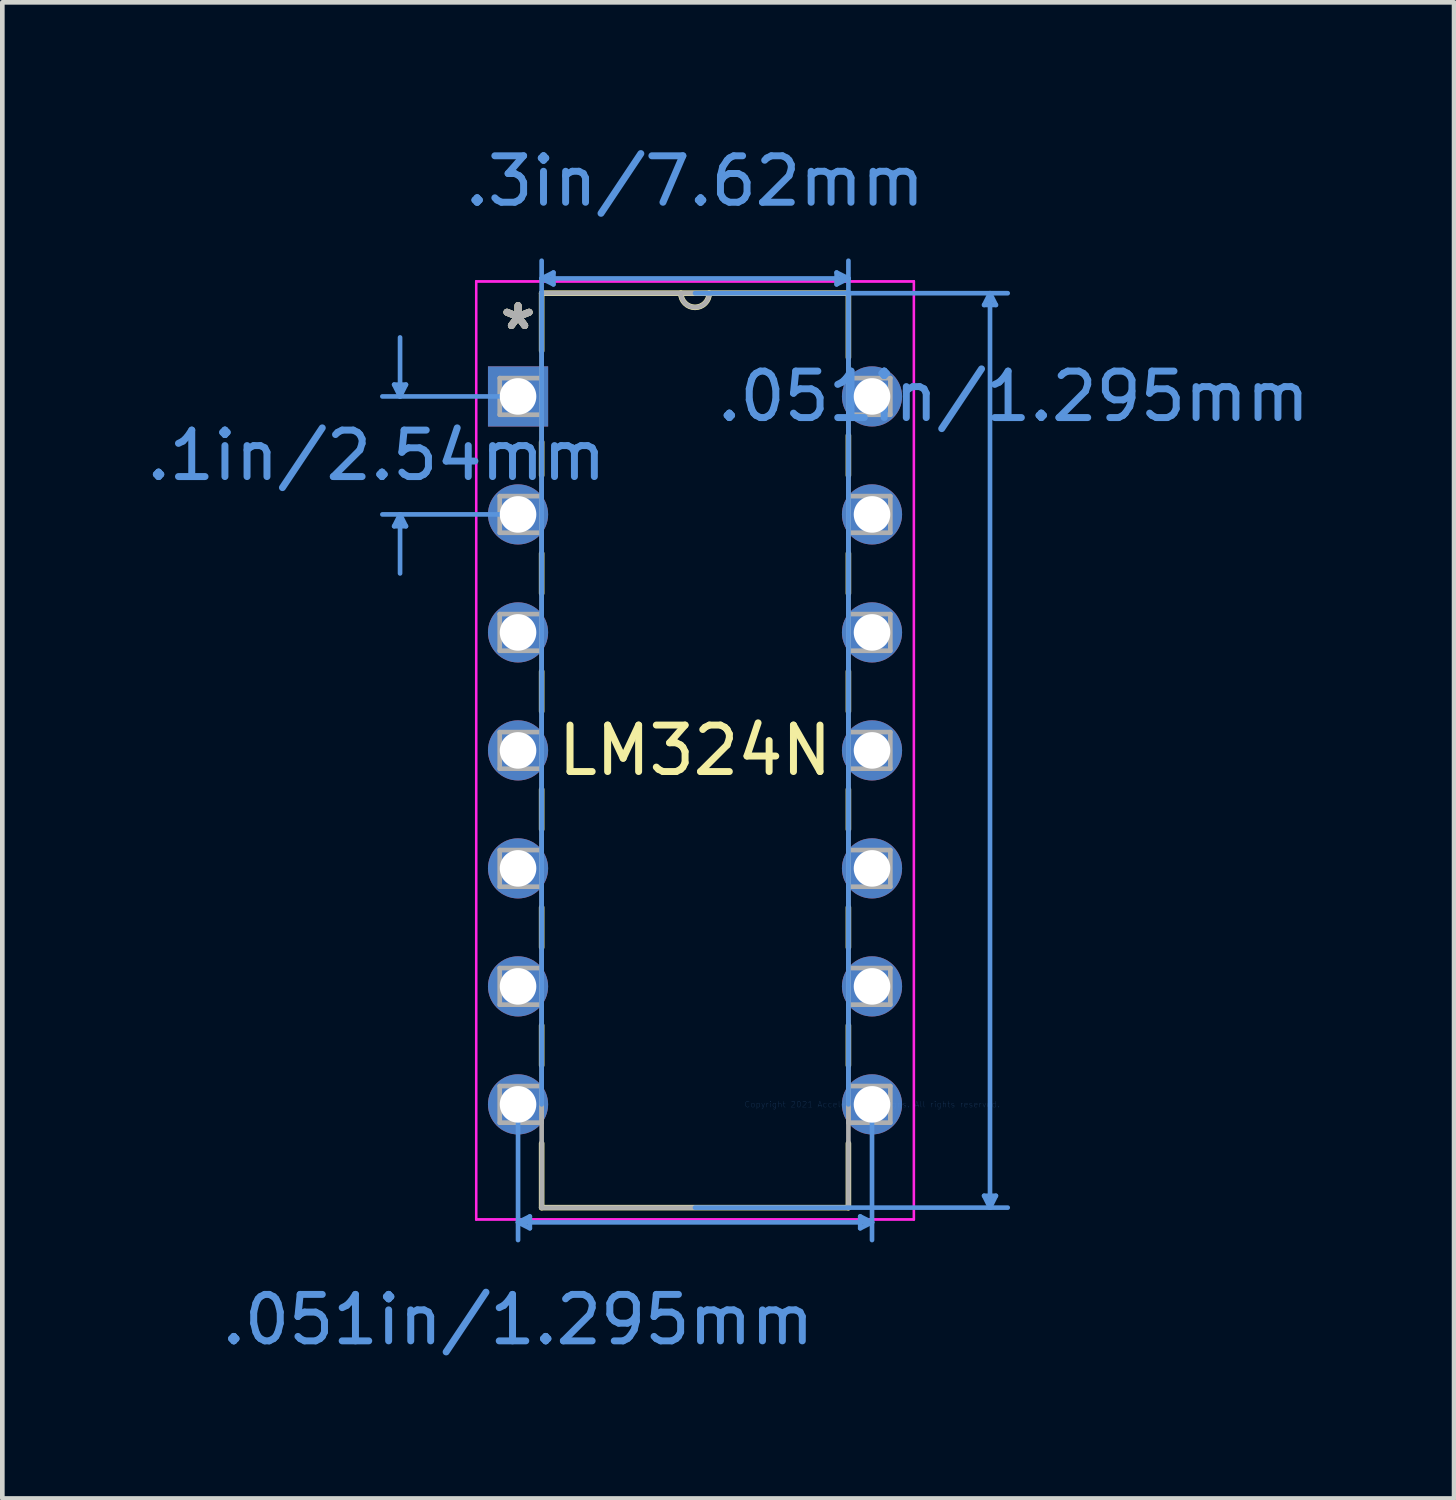
<source format=kicad_pcb>
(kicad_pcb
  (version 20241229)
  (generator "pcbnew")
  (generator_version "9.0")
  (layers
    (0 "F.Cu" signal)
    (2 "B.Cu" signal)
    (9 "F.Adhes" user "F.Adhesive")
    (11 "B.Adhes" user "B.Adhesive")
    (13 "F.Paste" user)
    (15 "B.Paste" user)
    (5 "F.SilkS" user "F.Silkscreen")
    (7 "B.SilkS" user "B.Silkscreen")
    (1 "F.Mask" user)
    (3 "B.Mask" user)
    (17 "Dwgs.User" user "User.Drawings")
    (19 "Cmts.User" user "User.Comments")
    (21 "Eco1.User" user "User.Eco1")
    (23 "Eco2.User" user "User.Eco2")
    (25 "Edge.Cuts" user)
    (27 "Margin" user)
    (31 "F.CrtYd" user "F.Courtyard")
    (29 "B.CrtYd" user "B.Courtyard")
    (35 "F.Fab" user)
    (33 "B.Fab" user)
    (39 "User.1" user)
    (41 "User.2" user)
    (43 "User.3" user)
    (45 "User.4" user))
  (footprint "LM324N"
    (layer "F.Cu")
    (at 15.722 20.724)
    (property "Reference" "LM324N" (at -3.81 -7.62 0) (layer "F.SilkS") (effects (font (size 1 1) (thickness 0.15))))
    (attr through_hole)
    (fp_line (start -7.112 -17.462) (end -7.112 -16.22) (stroke (width 0.12) (type solid)) (layer "F.SilkS"))
    (fp_line (start -7.112 -14.26) (end -7.112 -13.539) (stroke (width 0.12) (type solid)) (layer "F.SilkS"))
    (fp_line (start -7.112 -11.861) (end -7.112 -10.999) (stroke (width 0.12) (type solid)) (layer "F.SilkS"))
    (fp_line (start -7.112 -9.321) (end -7.112 -8.459) (stroke (width 0.12) (type solid)) (layer "F.SilkS"))
    (fp_line (start -7.112 -6.781) (end -7.112 -5.919) (stroke (width 0.12) (type solid)) (layer "F.SilkS"))
    (fp_line (start -7.112 -4.241) (end -7.112 -3.379) (stroke (width 0.12) (type solid)) (layer "F.SilkS"))
    (fp_line (start -7.112 -1.701) (end -7.112 -0.839) (stroke (width 0.12) (type solid)) (layer "F.SilkS"))
    (fp_line (start -7.112 0.839) (end -7.112 2.223) (stroke (width 0.12) (type solid)) (layer "F.SilkS"))
    (fp_line (start -7.112 2.223) (end -0.508 2.223) (stroke (width 0.12) (type solid)) (layer "F.SilkS"))
    (fp_line (start -0.508 -17.462) (end -7.112 -17.462) (stroke (width 0.12) (type solid)) (layer "F.SilkS"))
    (fp_line (start -0.508 -16.079) (end -0.508 -17.462) (stroke (width 0.12) (type solid)) (layer "F.SilkS"))
    (fp_line (start -0.508 -13.539) (end -0.508 -14.401) (stroke (width 0.12) (type solid)) (layer "F.SilkS"))
    (fp_line (start -0.508 -10.999) (end -0.508 -11.861) (stroke (width 0.12) (type solid)) (layer "F.SilkS"))
    (fp_line (start -0.508 -8.459) (end -0.508 -9.321) (stroke (width 0.12) (type solid)) (layer "F.SilkS"))
    (fp_line (start -0.508 -5.919) (end -0.508 -6.781) (stroke (width 0.12) (type solid)) (layer "F.SilkS"))
    (fp_line (start -0.508 -3.379) (end -0.508 -4.241) (stroke (width 0.12) (type solid)) (layer "F.SilkS"))
    (fp_line (start -0.508 -0.839) (end -0.508 -1.701) (stroke (width 0.12) (type solid)) (layer "F.SilkS"))
    (fp_line (start -0.508 2.223) (end -0.508 0.839) (stroke (width 0.12) (type solid)) (layer "F.SilkS"))
    (fp_arc (start -3.5052 -17.4625) (mid -3.81 -17.1577) (end -4.1148 -17.4625) (stroke (width 0.12) (type solid)) (layer "F.SilkS"))
    (fp_line (start -10.287 -15.494) (end -10.033 -15.494) (stroke (width 0.1) (type solid)) (layer "Cmts.User"))
    (fp_line (start -10.287 -12.446) (end -10.033 -12.446) (stroke (width 0.1) (type solid)) (layer "Cmts.User"))
    (fp_line (start -10.16 -15.24) (end -10.287 -15.494) (stroke (width 0.1) (type solid)) (layer "Cmts.User"))
    (fp_line (start -10.16 -15.24) (end -10.16 -16.51) (stroke (width 0.1) (type solid)) (layer "Cmts.User"))
    (fp_line (start -10.16 -15.24) (end -10.033 -15.494) (stroke (width 0.1) (type solid)) (layer "Cmts.User"))
    (fp_line (start -10.16 -12.7) (end -10.287 -12.446) (stroke (width 0.1) (type solid)) (layer "Cmts.User"))
    (fp_line (start -10.16 -12.7) (end -10.16 -11.43) (stroke (width 0.1) (type solid)) (layer "Cmts.User"))
    (fp_line (start -10.16 -12.7) (end -10.033 -12.446) (stroke (width 0.1) (type solid)) (layer "Cmts.User"))
    (fp_line (start -7.62 -15.24) (end -10.541 -15.24) (stroke (width 0.1) (type solid)) (layer "Cmts.User"))
    (fp_line (start -7.62 -12.7) (end -10.541 -12.7) (stroke (width 0.1) (type solid)) (layer "Cmts.User"))
    (fp_line (start -7.62 0) (end -7.62 2.921) (stroke (width 0.1) (type solid)) (layer "Cmts.User"))
    (fp_line (start -7.62 2.54) (end -7.366 2.413) (stroke (width 0.1) (type solid)) (layer "Cmts.User"))
    (fp_line (start -7.62 2.54) (end -7.366 2.667) (stroke (width 0.1) (type solid)) (layer "Cmts.User"))
    (fp_line (start -7.62 2.54) (end 0 2.54) (stroke (width 0.1) (type solid)) (layer "Cmts.User"))
    (fp_line (start -7.366 2.413) (end -7.366 2.667) (stroke (width 0.1) (type solid)) (layer "Cmts.User"))
    (fp_line (start -7.112 -17.78) (end -6.858 -17.907) (stroke (width 0.1) (type solid)) (layer "Cmts.User"))
    (fp_line (start -7.112 -17.78) (end -6.858 -17.653) (stroke (width 0.1) (type solid)) (layer "Cmts.User"))
    (fp_line (start -7.112 -17.78) (end -0.508 -17.78) (stroke (width 0.1) (type solid)) (layer "Cmts.User"))
    (fp_line (start -7.112 0) (end -7.112 -18.161) (stroke (width 0.1) (type solid)) (layer "Cmts.User"))
    (fp_line (start -6.858 -17.907) (end -6.858 -17.653) (stroke (width 0.1) (type solid)) (layer "Cmts.User"))
    (fp_line (start -3.81 -17.462) (end 2.921 -17.462) (stroke (width 0.1) (type solid)) (layer "Cmts.User"))
    (fp_line (start -3.81 2.223) (end 2.921 2.223) (stroke (width 0.1) (type solid)) (layer "Cmts.User"))
    (fp_line (start -0.762 -17.907) (end -0.762 -17.653) (stroke (width 0.1) (type solid)) (layer "Cmts.User"))
    (fp_line (start -0.508 -17.78) (end -0.762 -17.907) (stroke (width 0.1) (type solid)) (layer "Cmts.User"))
    (fp_line (start -0.508 -17.78) (end -0.762 -17.653) (stroke (width 0.1) (type solid)) (layer "Cmts.User"))
    (fp_line (start -0.508 0) (end -0.508 -18.161) (stroke (width 0.1) (type solid)) (layer "Cmts.User"))
    (fp_line (start -0.254 2.413) (end -0.254 2.667) (stroke (width 0.1) (type solid)) (layer "Cmts.User"))
    (fp_line (start 0 0) (end 0 2.921) (stroke (width 0.1) (type solid)) (layer "Cmts.User"))
    (fp_line (start 0 2.54) (end -0.254 2.413) (stroke (width 0.1) (type solid)) (layer "Cmts.User"))
    (fp_line (start 0 2.54) (end -0.254 2.667) (stroke (width 0.1) (type solid)) (layer "Cmts.User"))
    (fp_line (start 2.413 -17.209) (end 2.667 -17.209) (stroke (width 0.1) (type solid)) (layer "Cmts.User"))
    (fp_line (start 2.413 1.968) (end 2.667 1.968) (stroke (width 0.1) (type solid)) (layer "Cmts.User"))
    (fp_line (start 2.54 -17.462) (end 2.413 -17.209) (stroke (width 0.1) (type solid)) (layer "Cmts.User"))
    (fp_line (start 2.54 -17.462) (end 2.54 2.223) (stroke (width 0.1) (type solid)) (layer "Cmts.User"))
    (fp_line (start 2.54 -17.462) (end 2.667 -17.209) (stroke (width 0.1) (type solid)) (layer "Cmts.User"))
    (fp_line (start 2.54 2.223) (end 2.413 1.968) (stroke (width 0.1) (type solid)) (layer "Cmts.User"))
    (fp_line (start 2.54 2.223) (end 2.667 1.968) (stroke (width 0.1) (type solid)) (layer "Cmts.User"))
    (fp_line (start -8.522 -17.716) (end -8.522 2.477) (stroke (width 0.05) (type solid)) (layer "F.CrtYd"))
    (fp_line (start -8.522 -17.716) (end 0.902 -17.716) (stroke (width 0.05) (type solid)) (layer "F.CrtYd"))
    (fp_line (start -8.522 2.477) (end -8.522 -17.716) (stroke (width 0.05) (type solid)) (layer "F.CrtYd"))
    (fp_line (start -8.522 2.477) (end 0.902 2.477) (stroke (width 0.05) (type solid)) (layer "F.CrtYd"))
    (fp_line (start 0.902 -17.716) (end -8.522 -17.716) (stroke (width 0.05) (type solid)) (layer "F.CrtYd"))
    (fp_line (start 0.902 -17.716) (end 0.902 2.477) (stroke (width 0.05) (type solid)) (layer "F.CrtYd"))
    (fp_line (start 0.902 2.477) (end -8.522 2.477) (stroke (width 0.05) (type solid)) (layer "F.CrtYd"))
    (fp_line (start 0.902 2.477) (end 0.902 -17.716) (stroke (width 0.05) (type solid)) (layer "F.CrtYd"))
    (fp_line (start -8.014 -15.634) (end -8.014 -14.846) (stroke (width 0.1) (type solid)) (layer "F.Fab"))
    (fp_line (start -8.014 -14.846) (end -7.112 -14.846) (stroke (width 0.1) (type solid)) (layer "F.Fab"))
    (fp_line (start -8.014 -13.094) (end -8.014 -12.306) (stroke (width 0.1) (type solid)) (layer "F.Fab"))
    (fp_line (start -8.014 -12.306) (end -7.112 -12.306) (stroke (width 0.1) (type solid)) (layer "F.Fab"))
    (fp_line (start -8.014 -10.554) (end -8.014 -9.766) (stroke (width 0.1) (type solid)) (layer "F.Fab"))
    (fp_line (start -8.014 -9.766) (end -7.112 -9.766) (stroke (width 0.1) (type solid)) (layer "F.Fab"))
    (fp_line (start -8.014 -8.014) (end -8.014 -7.226) (stroke (width 0.1) (type solid)) (layer "F.Fab"))
    (fp_line (start -8.014 -7.226) (end -7.112 -7.226) (stroke (width 0.1) (type solid)) (layer "F.Fab"))
    (fp_line (start -8.014 -5.474) (end -8.014 -4.686) (stroke (width 0.1) (type solid)) (layer "F.Fab"))
    (fp_line (start -8.014 -4.686) (end -7.112 -4.686) (stroke (width 0.1) (type solid)) (layer "F.Fab"))
    (fp_line (start -8.014 -2.934) (end -8.014 -2.146) (stroke (width 0.1) (type solid)) (layer "F.Fab"))
    (fp_line (start -8.014 -2.146) (end -7.112 -2.146) (stroke (width 0.1) (type solid)) (layer "F.Fab"))
    (fp_line (start -8.014 -0.394) (end -8.014 0.394) (stroke (width 0.1) (type solid)) (layer "F.Fab"))
    (fp_line (start -8.014 0.394) (end -7.112 0.394) (stroke (width 0.1) (type solid)) (layer "F.Fab"))
    (fp_line (start -7.112 -17.462) (end -7.112 2.223) (stroke (width 0.1) (type solid)) (layer "F.Fab"))
    (fp_line (start -7.112 -15.634) (end -8.014 -15.634) (stroke (width 0.1) (type solid)) (layer "F.Fab"))
    (fp_line (start -7.112 -14.846) (end -7.112 -15.634) (stroke (width 0.1) (type solid)) (layer "F.Fab"))
    (fp_line (start -7.112 -13.094) (end -8.014 -13.094) (stroke (width 0.1) (type solid)) (layer "F.Fab"))
    (fp_line (start -7.112 -12.306) (end -7.112 -13.094) (stroke (width 0.1) (type solid)) (layer "F.Fab"))
    (fp_line (start -7.112 -10.554) (end -8.014 -10.554) (stroke (width 0.1) (type solid)) (layer "F.Fab"))
    (fp_line (start -7.112 -9.766) (end -7.112 -10.554) (stroke (width 0.1) (type solid)) (layer "F.Fab"))
    (fp_line (start -7.112 -8.014) (end -8.014 -8.014) (stroke (width 0.1) (type solid)) (layer "F.Fab"))
    (fp_line (start -7.112 -7.226) (end -7.112 -8.014) (stroke (width 0.1) (type solid)) (layer "F.Fab"))
    (fp_line (start -7.112 -5.474) (end -8.014 -5.474) (stroke (width 0.1) (type solid)) (layer "F.Fab"))
    (fp_line (start -7.112 -4.686) (end -7.112 -5.474) (stroke (width 0.1) (type solid)) (layer "F.Fab"))
    (fp_line (start -7.112 -2.934) (end -8.014 -2.934) (stroke (width 0.1) (type solid)) (layer "F.Fab"))
    (fp_line (start -7.112 -2.146) (end -7.112 -2.934) (stroke (width 0.1) (type solid)) (layer "F.Fab"))
    (fp_line (start -7.112 -0.394) (end -8.014 -0.394) (stroke (width 0.1) (type solid)) (layer "F.Fab"))
    (fp_line (start -7.112 0.394) (end -7.112 -0.394) (stroke (width 0.1) (type solid)) (layer "F.Fab"))
    (fp_line (start -7.112 2.223) (end -0.508 2.223) (stroke (width 0.1) (type solid)) (layer "F.Fab"))
    (fp_line (start -0.508 -17.462) (end -7.112 -17.462) (stroke (width 0.1) (type solid)) (layer "F.Fab"))
    (fp_line (start -0.508 -15.634) (end -0.508 -14.846) (stroke (width 0.1) (type solid)) (layer "F.Fab"))
    (fp_line (start -0.508 -14.846) (end 0.394 -14.846) (stroke (width 0.1) (type solid)) (layer "F.Fab"))
    (fp_line (start -0.508 -13.094) (end -0.508 -12.306) (stroke (width 0.1) (type solid)) (layer "F.Fab"))
    (fp_line (start -0.508 -12.306) (end 0.394 -12.306) (stroke (width 0.1) (type solid)) (layer "F.Fab"))
    (fp_line (start -0.508 -10.554) (end -0.508 -9.766) (stroke (width 0.1) (type solid)) (layer "F.Fab"))
    (fp_line (start -0.508 -9.766) (end 0.394 -9.766) (stroke (width 0.1) (type solid)) (layer "F.Fab"))
    (fp_line (start -0.508 -8.014) (end -0.508 -7.226) (stroke (width 0.1) (type solid)) (layer "F.Fab"))
    (fp_line (start -0.508 -7.226) (end 0.394 -7.226) (stroke (width 0.1) (type solid)) (layer "F.Fab"))
    (fp_line (start -0.508 -5.474) (end -0.508 -4.686) (stroke (width 0.1) (type solid)) (layer "F.Fab"))
    (fp_line (start -0.508 -4.686) (end 0.394 -4.686) (stroke (width 0.1) (type solid)) (layer "F.Fab"))
    (fp_line (start -0.508 -2.934) (end -0.508 -2.146) (stroke (width 0.1) (type solid)) (layer "F.Fab"))
    (fp_line (start -0.508 -2.146) (end 0.394 -2.146) (stroke (width 0.1) (type solid)) (layer "F.Fab"))
    (fp_line (start -0.508 -0.394) (end -0.508 0.394) (stroke (width 0.1) (type solid)) (layer "F.Fab"))
    (fp_line (start -0.508 0.394) (end 0.394 0.394) (stroke (width 0.1) (type solid)) (layer "F.Fab"))
    (fp_line (start -0.508 2.223) (end -0.508 -17.462) (stroke (width 0.1) (type solid)) (layer "F.Fab"))
    (fp_line (start 0.394 -15.634) (end -0.508 -15.634) (stroke (width 0.1) (type solid)) (layer "F.Fab"))
    (fp_line (start 0.394 -14.846) (end 0.394 -15.634) (stroke (width 0.1) (type solid)) (layer "F.Fab"))
    (fp_line (start 0.394 -13.094) (end -0.508 -13.094) (stroke (width 0.1) (type solid)) (layer "F.Fab"))
    (fp_line (start 0.394 -12.306) (end 0.394 -13.094) (stroke (width 0.1) (type solid)) (layer "F.Fab"))
    (fp_line (start 0.394 -10.554) (end -0.508 -10.554) (stroke (width 0.1) (type solid)) (layer "F.Fab"))
    (fp_line (start 0.394 -9.766) (end 0.394 -10.554) (stroke (width 0.1) (type solid)) (layer "F.Fab"))
    (fp_line (start 0.394 -8.014) (end -0.508 -8.014) (stroke (width 0.1) (type solid)) (layer "F.Fab"))
    (fp_line (start 0.394 -7.226) (end 0.394 -8.014) (stroke (width 0.1) (type solid)) (layer "F.Fab"))
    (fp_line (start 0.394 -5.474) (end -0.508 -5.474) (stroke (width 0.1) (type solid)) (layer "F.Fab"))
    (fp_line (start 0.394 -4.686) (end 0.394 -5.474) (stroke (width 0.1) (type solid)) (layer "F.Fab"))
    (fp_line (start 0.394 -2.934) (end -0.508 -2.934) (stroke (width 0.1) (type solid)) (layer "F.Fab"))
    (fp_line (start 0.394 -2.146) (end 0.394 -2.934) (stroke (width 0.1) (type solid)) (layer "F.Fab"))
    (fp_line (start 0.394 -0.394) (end -0.508 -0.394) (stroke (width 0.1) (type solid)) (layer "F.Fab"))
    (fp_line (start 0.394 0.394) (end 0.394 -0.394) (stroke (width 0.1) (type solid)) (layer "F.Fab"))
    (fp_arc (start -3.5052 -17.4625) (mid -3.81 -17.1577) (end -4.1148 -17.4625) (stroke (width 0.1) (type solid)) (layer "F.Fab"))
    (fp_text user "*" (at -7.62 -16.65 0) (layer "F.SilkS") (effects (font (size 1 1) (thickness 0.15))))
    (fp_text user "*" (at -7.62 -16.65 0) (layer "F.SilkS") (effects (font (size 1 1) (thickness 0.15))))
    (fp_text user ".051in/1.295mm" (at 3.048 -15.24 0) (layer "Cmts.User") (effects (font (size 1 1) (thickness 0.15))))
    (fp_text user "Copyright 2021 Accelerated Designs. All rights reserved." (at 0 0 0) (layer "Cmts.User") (effects (font (size 0.127 0.127) (thickness 0.002))))
    (fp_text user ".3in/7.62mm" (at -3.81 -19.875 0) (layer "Cmts.User") (effects (font (size 1 1) (thickness 0.15))))
    (fp_text user ".1in/2.54mm" (at -10.668 -13.97 0) (layer "Cmts.User") (effects (font (size 1 1) (thickness 0.15))))
    (fp_text user ".051in/1.295mm" (at -7.62 4.636 0) (layer "Cmts.User") (effects (font (size 1 1) (thickness 0.15))))
    (fp_text user "*" (at -7.62 -16.65 0) (layer "F.Fab") (effects (font (size 1 1) (thickness 0.15))))
    (fp_text user "*" (at -7.62 -16.65 0) (layer "F.Fab") (effects (font (size 1 1) (thickness 0.15))))
    (pad "1" thru_hole rect (at -7.62 -15.24) (size 1.295 1.295) (drill 0.787) (layers "*.Cu" "*.Mask"))
    (pad "2" thru_hole circle (at -7.62 -12.7) (size 1.295 1.295) (drill 0.787) (layers "*.Cu" "*.Mask"))
    (pad "3" thru_hole circle (at -7.62 -10.16) (size 1.295 1.295) (drill 0.787) (layers "*.Cu" "*.Mask"))
    (pad "4" thru_hole circle (at -7.62 -7.62) (size 1.295 1.295) (drill 0.787) (layers "*.Cu" "*.Mask"))
    (pad "5" thru_hole circle (at -7.62 -5.08) (size 1.295 1.295) (drill 0.787) (layers "*.Cu" "*.Mask"))
    (pad "6" thru_hole circle (at -7.62 -2.54) (size 1.295 1.295) (drill 0.787) (layers "*.Cu" "*.Mask"))
    (pad "7" thru_hole circle (at -7.62 0) (size 1.295 1.295) (drill 0.787) (layers "*.Cu" "*.Mask"))
    (pad "8" thru_hole circle (at 0 0) (size 1.295 1.295) (drill 0.787) (layers "*.Cu" "*.Mask"))
    (pad "9" thru_hole circle (at 0 -2.54) (size 1.295 1.295) (drill 0.787) (layers "*.Cu" "*.Mask"))
    (pad "10" thru_hole circle (at 0 -5.08) (size 1.295 1.295) (drill 0.787) (layers "*.Cu" "*.Mask"))
    (pad "11" thru_hole circle (at 0 -7.62) (size 1.295 1.295) (drill 0.787) (layers "*.Cu" "*.Mask"))
    (pad "12" thru_hole circle (at 0 -10.16) (size 1.295 1.295) (drill 0.787) (layers "*.Cu" "*.Mask"))
    (pad "13" thru_hole circle (at 0 -12.7) (size 1.295 1.295) (drill 0.787) (layers "*.Cu" "*.Mask"))
    (pad "14" thru_hole circle (at 0 -15.24) (size 1.295 1.295) (drill 0.787) (layers "*.Cu" "*.Mask")))
  (gr_rect
    (start -3 -3)
    (end 28.252 29.207)
    (stroke (width 0.1) (type default))
    (fill no)
    (layer "Edge.Cuts")))
</source>
